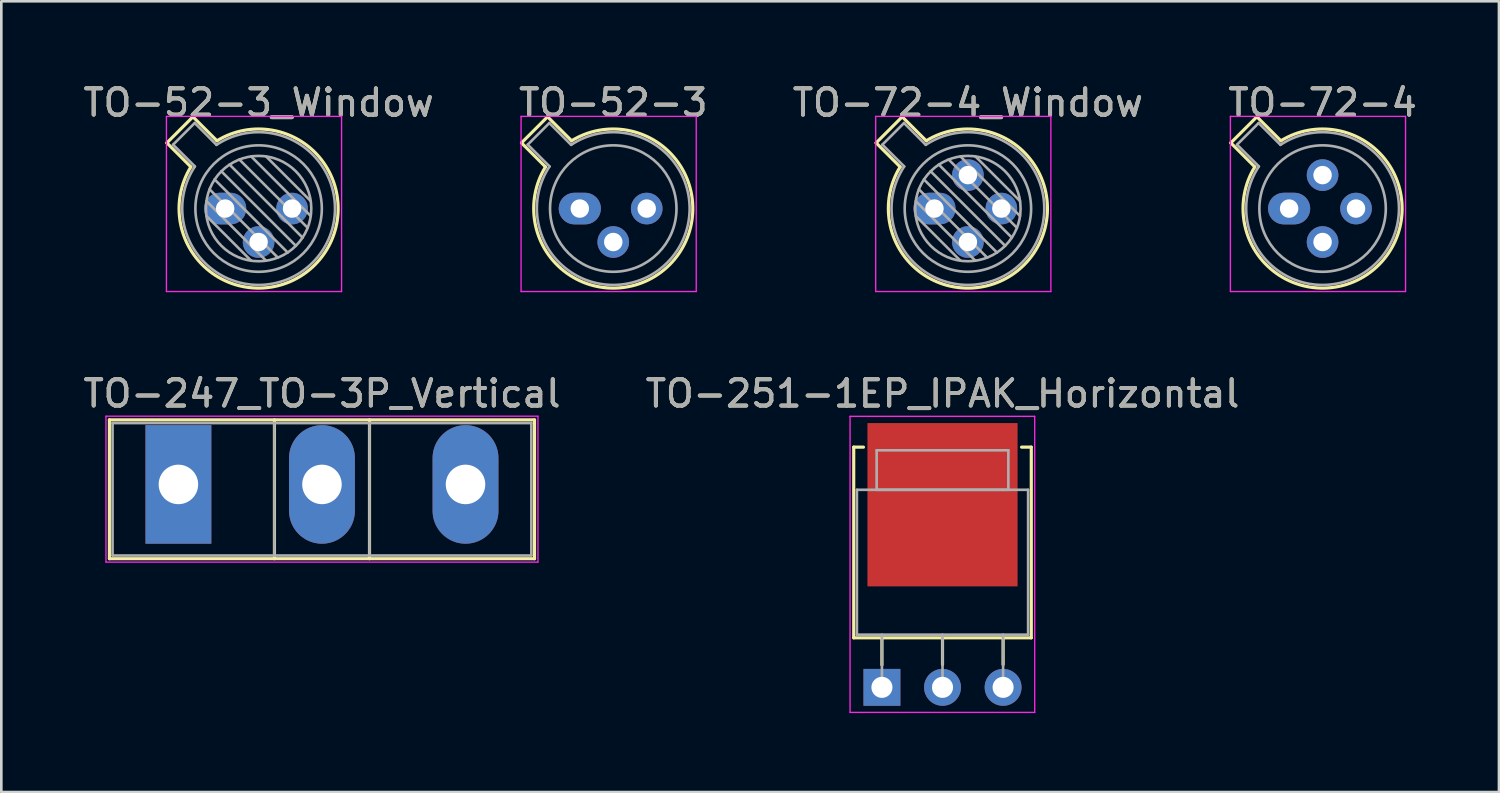
<source format=kicad_pcb>
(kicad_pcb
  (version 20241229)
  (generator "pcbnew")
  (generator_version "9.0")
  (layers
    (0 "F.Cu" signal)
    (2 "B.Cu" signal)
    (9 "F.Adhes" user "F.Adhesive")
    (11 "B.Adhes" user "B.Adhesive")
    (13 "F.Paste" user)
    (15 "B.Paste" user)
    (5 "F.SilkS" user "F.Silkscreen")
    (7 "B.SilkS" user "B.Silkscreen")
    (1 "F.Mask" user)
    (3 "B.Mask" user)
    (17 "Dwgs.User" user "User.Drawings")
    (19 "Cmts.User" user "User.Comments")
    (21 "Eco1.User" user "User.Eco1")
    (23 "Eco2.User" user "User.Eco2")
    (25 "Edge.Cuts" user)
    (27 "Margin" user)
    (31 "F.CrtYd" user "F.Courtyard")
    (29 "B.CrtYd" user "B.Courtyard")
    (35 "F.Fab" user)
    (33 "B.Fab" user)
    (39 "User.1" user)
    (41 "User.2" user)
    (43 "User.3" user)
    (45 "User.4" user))
  (footprint "TO-251-1EP_IPAK_Horizontal"
    (layer "F.Cu")
    (at 30.432 23.045)
    (property "Reference" "TO-251-1EP_IPAK_Horizontal" (at 2.3 -11.153 0) (layer "F.SilkS") (effects (font (size 1 1) (thickness 0.15))))
    (attr through_hole)
    (fp_line (start -1.071 -9.12) (end -1.071 -1.88) (stroke (width 0.12) (type solid)) (layer "F.SilkS"))
    (fp_line (start -1.071 -9.12) (end -0.701 -9.12) (stroke (width 0.12) (type solid)) (layer "F.SilkS"))
    (fp_line (start -1.071 -1.88) (end 5.67 -1.88) (stroke (width 0.12) (type solid)) (layer "F.SilkS"))
    (fp_line (start 0 -1.88) (end 0 -0.85) (stroke (width 0.12) (type solid)) (layer "F.SilkS"))
    (fp_line (start 2.3 -1.88) (end 2.3 -0.866) (stroke (width 0.12) (type solid)) (layer "F.SilkS"))
    (fp_line (start 4.6 -1.88) (end 4.6 -0.866) (stroke (width 0.12) (type solid)) (layer "F.SilkS"))
    (fp_line (start 5.301 -9.12) (end 5.67 -9.12) (stroke (width 0.12) (type solid)) (layer "F.SilkS"))
    (fp_line (start 5.67 -9.12) (end 5.67 -1.88) (stroke (width 0.12) (type solid)) (layer "F.SilkS"))
    (fp_line (start -1.21 -10.29) (end -1.21 0.95) (stroke (width 0.05) (type solid)) (layer "F.CrtYd"))
    (fp_line (start -1.21 0.95) (end 5.8 0.95) (stroke (width 0.05) (type solid)) (layer "F.CrtYd"))
    (fp_line (start 5.8 -10.29) (end -1.21 -10.29) (stroke (width 0.05) (type solid)) (layer "F.CrtYd"))
    (fp_line (start 5.8 0.95) (end 5.8 -10.29) (stroke (width 0.05) (type solid)) (layer "F.CrtYd"))
    (fp_line (start -0.95 -7.5) (end 5.55 -7.5) (stroke (width 0.1) (type solid)) (layer "F.Fab"))
    (fp_line (start -0.95 -2) (end -0.95 -7.5) (stroke (width 0.1) (type solid)) (layer "F.Fab"))
    (fp_line (start -0.2 -9) (end 4.8 -9) (stroke (width 0.1) (type solid)) (layer "F.Fab"))
    (fp_line (start -0.2 -7.5) (end -0.2 -9) (stroke (width 0.1) (type solid)) (layer "F.Fab"))
    (fp_line (start 0 -2) (end 0 0) (stroke (width 0.1) (type solid)) (layer "F.Fab"))
    (fp_line (start 2.3 -2) (end 2.3 0) (stroke (width 0.1) (type solid)) (layer "F.Fab"))
    (fp_line (start 4.6 -2) (end 4.6 0) (stroke (width 0.1) (type solid)) (layer "F.Fab"))
    (fp_line (start 4.8 -9) (end 4.8 -7.5) (stroke (width 0.1) (type solid)) (layer "F.Fab"))
    (fp_line (start 4.8 -7.5) (end -0.2 -7.5) (stroke (width 0.1) (type solid)) (layer "F.Fab"))
    (fp_line (start 5.55 -7.5) (end 5.55 -2) (stroke (width 0.1) (type solid)) (layer "F.Fab"))
    (fp_line (start 5.55 -2) (end -0.95 -2) (stroke (width 0.1) (type solid)) (layer "F.Fab"))
    (fp_text user "${REFERENCE}" (at 2.3 -11.153 0) (layer "F.Fab") (effects (font (size 1 1) (thickness 0.15))))
    (pad "1" thru_hole rect (at 0 0) (size 1.4 1.4) (drill 0.8) (layers "*.Cu" "*.Mask"))
    (pad "2" thru_hole oval (at 2.3 0) (size 1.4 1.4) (drill 0.8) (layers "*.Cu" "*.Mask"))
    (pad "3" thru_hole oval (at 4.6 0) (size 1.4 1.4) (drill 0.8) (layers "*.Cu" "*.Mask"))
    (pad "4" smd rect (at 2.3 -6.933) (size 5.7 6.2) (layers "F.Cu" "F.Mask")))
  (footprint "TO-72-4"
    (layer "F.Cu")
    (at 45.891 4.868)
    (property "Reference" "TO-72-4" (at 1.27 -4.02 0) (layer "F.SilkS") (effects (font (size 1 1) (thickness 0.15))))
    (attr through_hole)
    (fp_line (start -2.214 -2.494) (end -1.302 -1.582) (stroke (width 0.12) (type solid)) (layer "F.SilkS"))
    (fp_line (start -1.224 -3.484) (end -2.214 -2.494) (stroke (width 0.12) (type solid)) (layer "F.SilkS"))
    (fp_line (start -0.312 -2.572) (end -1.224 -3.484) (stroke (width 0.12) (type solid)) (layer "F.SilkS"))
    (fp_arc (start -0.312331 -2.572281) (mid 3.405374 2.135551) (end -1.30215 -1.582544) (stroke (width 0.12) (type solid)) (layer "F.SilkS"))
    (fp_line (start -2.23 -3.5) (end -2.23 3.15) (stroke (width 0.05) (type solid)) (layer "F.CrtYd"))
    (fp_line (start -2.23 3.15) (end 4.42 3.15) (stroke (width 0.05) (type solid)) (layer "F.CrtYd"))
    (fp_line (start 4.42 -3.5) (end -2.23 -3.5) (stroke (width 0.05) (type solid)) (layer "F.CrtYd"))
    (fp_line (start 4.42 3.15) (end 4.42 -3.5) (stroke (width 0.05) (type solid)) (layer "F.CrtYd"))
    (fp_line (start -1.977 -2.426) (end -1.149 -1.599) (stroke (width 0.1) (type solid)) (layer "F.Fab"))
    (fp_line (start -1.156 -3.247) (end -1.977 -2.426) (stroke (width 0.1) (type solid)) (layer "F.Fab"))
    (fp_line (start -0.329 -2.419) (end -1.156 -3.247) (stroke (width 0.1) (type solid)) (layer "F.Fab"))
    (fp_arc (start -0.329057 -2.419301) (mid 3.321076 2.050143) (end -1.150029 -1.597956) (stroke (width 0.1) (type solid)) (layer "F.Fab"))
    (fp_circle (center 1.27 0) (end 3.67 0) (stroke (width 0.1) (type solid)) (fill no) (layer "F.Fab"))
    (fp_text user "${REFERENCE}" (at 1.27 -4.02 0) (layer "F.Fab") (effects (font (size 1 1) (thickness 0.15))))
    (pad "1" thru_hole oval (at 0 0) (size 1.6 1.2) (drill 0.7) (layers "*.Cu" "*.Mask"))
    (pad "2" thru_hole oval (at 1.27 1.27) (size 1.2 1.2) (drill 0.7) (layers "*.Cu" "*.Mask"))
    (pad "3" thru_hole oval (at 2.54 0) (size 1.2 1.2) (drill 0.7) (layers "*.Cu" "*.Mask"))
    (pad "4" thru_hole oval (at 1.27 -1.27) (size 1.2 1.2) (drill 0.7) (layers "*.Cu" "*.Mask")))
  (footprint "TO-52-3_Window"
    (layer "F.Cu")
    (at 5.498 4.868)
    (property "Reference" "TO-52-3_Window" (at 1.27 -4.02 0) (layer "F.SilkS") (effects (font (size 1 1) (thickness 0.15))))
    (attr through_hole)
    (fp_line (start -2.214 -2.494) (end -1.302 -1.582) (stroke (width 0.12) (type solid)) (layer "F.SilkS"))
    (fp_line (start -1.224 -3.484) (end -2.214 -2.494) (stroke (width 0.12) (type solid)) (layer "F.SilkS"))
    (fp_line (start -0.312 -2.572) (end -1.224 -3.484) (stroke (width 0.12) (type solid)) (layer "F.SilkS"))
    (fp_arc (start -0.312331 -2.572281) (mid 3.405374 2.135551) (end -1.30215 -1.582544) (stroke (width 0.12) (type solid)) (layer "F.SilkS"))
    (fp_line (start -2.23 -3.5) (end -2.23 3.15) (stroke (width 0.05) (type solid)) (layer "F.CrtYd"))
    (fp_line (start -2.23 3.15) (end 4.42 3.15) (stroke (width 0.05) (type solid)) (layer "F.CrtYd"))
    (fp_line (start 4.42 -3.5) (end -2.23 -3.5) (stroke (width 0.05) (type solid)) (layer "F.CrtYd"))
    (fp_line (start 4.42 3.15) (end 4.42 -3.5) (stroke (width 0.05) (type solid)) (layer "F.CrtYd"))
    (fp_line (start -1.977 -2.426) (end -1.149 -1.599) (stroke (width 0.1) (type solid)) (layer "F.Fab"))
    (fp_line (start -1.156 -3.247) (end -1.977 -2.426) (stroke (width 0.1) (type solid)) (layer "F.Fab"))
    (fp_line (start -0.71 -0.283) (end 1.553 1.98) (stroke (width 0.1) (type solid)) (layer "F.Fab"))
    (fp_line (start -0.71 0.283) (end 0.987 1.98) (stroke (width 0.1) (type solid)) (layer "F.Fab"))
    (fp_line (start -0.592 -0.731) (end 2.001 1.862) (stroke (width 0.1) (type solid)) (layer "F.Fab"))
    (fp_line (start -0.399 -1.103) (end 2.373 1.669) (stroke (width 0.1) (type solid)) (layer "F.Fab"))
    (fp_line (start -0.329 -2.419) (end -1.156 -3.247) (stroke (width 0.1) (type solid)) (layer "F.Fab"))
    (fp_line (start -0.145 -1.415) (end 2.685 1.415) (stroke (width 0.1) (type solid)) (layer "F.Fab"))
    (fp_line (start 0.167 -1.669) (end 2.939 1.103) (stroke (width 0.1) (type solid)) (layer "F.Fab"))
    (fp_line (start 0.539 -1.862) (end 3.132 0.731) (stroke (width 0.1) (type solid)) (layer "F.Fab"))
    (fp_line (start 0.987 -1.98) (end 3.25 0.283) (stroke (width 0.1) (type solid)) (layer "F.Fab"))
    (fp_line (start 1.553 -1.98) (end 3.25 -0.283) (stroke (width 0.1) (type solid)) (layer "F.Fab"))
    (fp_arc (start -0.329057 -2.419301) (mid 3.321076 2.050143) (end -1.150029 -1.597956) (stroke (width 0.1) (type solid)) (layer "F.Fab"))
    (fp_circle (center 1.27 0) (end 3.27 0) (stroke (width 0.1) (type solid)) (fill no) (layer "F.Fab"))
    (fp_circle (center 1.27 0) (end 3.67 0) (stroke (width 0.1) (type solid)) (fill no) (layer "F.Fab"))
    (fp_text user "${REFERENCE}" (at 1.27 -4.02 0) (layer "F.Fab") (effects (font (size 1 1) (thickness 0.15))))
    (pad "1" thru_hole oval (at 0 0) (size 1.6 1.2) (drill 0.7) (layers "*.Cu" "*.Mask"))
    (pad "2" thru_hole oval (at 1.27 1.27) (size 1.2 1.2) (drill 0.7) (layers "*.Cu" "*.Mask"))
    (pad "3" thru_hole oval (at 2.54 0) (size 1.2 1.2) (drill 0.7) (layers "*.Cu" "*.Mask")))
  (footprint "TO-52-3"
    (layer "F.Cu")
    (at 18.962 4.868)
    (property "Reference" "TO-52-3" (at 1.27 -4.02 0) (layer "F.SilkS") (effects (font (size 1 1) (thickness 0.15))))
    (attr through_hole)
    (fp_line (start -2.214 -2.494) (end -1.302 -1.582) (stroke (width 0.12) (type solid)) (layer "F.SilkS"))
    (fp_line (start -1.224 -3.484) (end -2.214 -2.494) (stroke (width 0.12) (type solid)) (layer "F.SilkS"))
    (fp_line (start -0.312 -2.572) (end -1.224 -3.484) (stroke (width 0.12) (type solid)) (layer "F.SilkS"))
    (fp_arc (start -0.312331 -2.572281) (mid 3.405374 2.135551) (end -1.30215 -1.582544) (stroke (width 0.12) (type solid)) (layer "F.SilkS"))
    (fp_line (start -2.23 -3.5) (end -2.23 3.15) (stroke (width 0.05) (type solid)) (layer "F.CrtYd"))
    (fp_line (start -2.23 3.15) (end 4.42 3.15) (stroke (width 0.05) (type solid)) (layer "F.CrtYd"))
    (fp_line (start 4.42 -3.5) (end -2.23 -3.5) (stroke (width 0.05) (type solid)) (layer "F.CrtYd"))
    (fp_line (start 4.42 3.15) (end 4.42 -3.5) (stroke (width 0.05) (type solid)) (layer "F.CrtYd"))
    (fp_line (start -1.977 -2.426) (end -1.149 -1.599) (stroke (width 0.1) (type solid)) (layer "F.Fab"))
    (fp_line (start -1.156 -3.247) (end -1.977 -2.426) (stroke (width 0.1) (type solid)) (layer "F.Fab"))
    (fp_line (start -0.329 -2.419) (end -1.156 -3.247) (stroke (width 0.1) (type solid)) (layer "F.Fab"))
    (fp_arc (start -0.329057 -2.419301) (mid 3.321076 2.050143) (end -1.150029 -1.597956) (stroke (width 0.1) (type solid)) (layer "F.Fab"))
    (fp_circle (center 1.27 0) (end 3.67 0) (stroke (width 0.1) (type solid)) (fill no) (layer "F.Fab"))
    (fp_text user "${REFERENCE}" (at 1.27 -4.02 0) (layer "F.Fab") (effects (font (size 1 1) (thickness 0.15))))
    (pad "1" thru_hole oval (at 0 0) (size 1.6 1.2) (drill 0.7) (layers "*.Cu" "*.Mask"))
    (pad "2" thru_hole oval (at 1.27 1.27) (size 1.2 1.2) (drill 0.7) (layers "*.Cu" "*.Mask"))
    (pad "3" thru_hole oval (at 2.54 0) (size 1.2 1.2) (drill 0.7) (layers "*.Cu" "*.Mask")))
  (footprint "TO-72-4_Window"
    (layer "F.Cu")
    (at 32.426 4.868)
    (property "Reference" "TO-72-4_Window" (at 1.27 -4.02 0) (layer "F.SilkS") (effects (font (size 1 1) (thickness 0.15))))
    (attr through_hole)
    (fp_line (start -2.214 -2.494) (end -1.302 -1.582) (stroke (width 0.12) (type solid)) (layer "F.SilkS"))
    (fp_line (start -1.224 -3.484) (end -2.214 -2.494) (stroke (width 0.12) (type solid)) (layer "F.SilkS"))
    (fp_line (start -0.312 -2.572) (end -1.224 -3.484) (stroke (width 0.12) (type solid)) (layer "F.SilkS"))
    (fp_arc (start -0.312331 -2.572281) (mid 3.405374 2.135551) (end -1.30215 -1.582544) (stroke (width 0.12) (type solid)) (layer "F.SilkS"))
    (fp_line (start -2.23 -3.5) (end -2.23 3.15) (stroke (width 0.05) (type solid)) (layer "F.CrtYd"))
    (fp_line (start -2.23 3.15) (end 4.42 3.15) (stroke (width 0.05) (type solid)) (layer "F.CrtYd"))
    (fp_line (start 4.42 -3.5) (end -2.23 -3.5) (stroke (width 0.05) (type solid)) (layer "F.CrtYd"))
    (fp_line (start 4.42 3.15) (end 4.42 -3.5) (stroke (width 0.05) (type solid)) (layer "F.CrtYd"))
    (fp_line (start -1.977 -2.426) (end -1.149 -1.599) (stroke (width 0.1) (type solid)) (layer "F.Fab"))
    (fp_line (start -1.156 -3.247) (end -1.977 -2.426) (stroke (width 0.1) (type solid)) (layer "F.Fab"))
    (fp_line (start -0.71 -0.283) (end 1.553 1.98) (stroke (width 0.1) (type solid)) (layer "F.Fab"))
    (fp_line (start -0.71 0.283) (end 0.987 1.98) (stroke (width 0.1) (type solid)) (layer "F.Fab"))
    (fp_line (start -0.592 -0.731) (end 2.001 1.862) (stroke (width 0.1) (type solid)) (layer "F.Fab"))
    (fp_line (start -0.399 -1.103) (end 2.373 1.669) (stroke (width 0.1) (type solid)) (layer "F.Fab"))
    (fp_line (start -0.329 -2.419) (end -1.156 -3.247) (stroke (width 0.1) (type solid)) (layer "F.Fab"))
    (fp_line (start -0.145 -1.415) (end 2.685 1.415) (stroke (width 0.1) (type solid)) (layer "F.Fab"))
    (fp_line (start 0.167 -1.669) (end 2.939 1.103) (stroke (width 0.1) (type solid)) (layer "F.Fab"))
    (fp_line (start 0.539 -1.862) (end 3.132 0.731) (stroke (width 0.1) (type solid)) (layer "F.Fab"))
    (fp_line (start 0.987 -1.98) (end 3.25 0.283) (stroke (width 0.1) (type solid)) (layer "F.Fab"))
    (fp_line (start 1.553 -1.98) (end 3.25 -0.283) (stroke (width 0.1) (type solid)) (layer "F.Fab"))
    (fp_arc (start -0.329057 -2.419301) (mid 3.321076 2.050143) (end -1.150029 -1.597956) (stroke (width 0.1) (type solid)) (layer "F.Fab"))
    (fp_circle (center 1.27 0) (end 3.27 0) (stroke (width 0.1) (type solid)) (fill no) (layer "F.Fab"))
    (fp_circle (center 1.27 0) (end 3.67 0) (stroke (width 0.1) (type solid)) (fill no) (layer "F.Fab"))
    (fp_text user "${REFERENCE}" (at 1.27 -4.02 0) (layer "F.Fab") (effects (font (size 1 1) (thickness 0.15))))
    (pad "1" thru_hole oval (at 0 0) (size 1.6 1.2) (drill 0.7) (layers "*.Cu" "*.Mask"))
    (pad "2" thru_hole oval (at 1.27 1.27) (size 1.2 1.2) (drill 0.7) (layers "*.Cu" "*.Mask"))
    (pad "3" thru_hole oval (at 2.54 0) (size 1.2 1.2) (drill 0.7) (layers "*.Cu" "*.Mask"))
    (pad "4" thru_hole oval (at 1.27 -1.27) (size 1.2 1.2) (drill 0.7) (layers "*.Cu" "*.Mask")))
  (footprint "TO-247_TO-3P_Vertical"
    (layer "F.Cu")
    (at 3.723 15.341)
    (property "Reference" "TO-247_TO-3P_Vertical" (at 5.45 -3.45 0) (layer "F.SilkS") (effects (font (size 1 1) (thickness 0.15))))
    (attr through_hole)
    (fp_line (start -2.62 -2.451) (end -2.62 2.82) (stroke (width 0.12) (type solid)) (layer "F.SilkS"))
    (fp_line (start -2.62 -2.451) (end 13.52 -2.451) (stroke (width 0.12) (type solid)) (layer "F.SilkS"))
    (fp_line (start -2.62 2.82) (end 13.52 2.82) (stroke (width 0.12) (type solid)) (layer "F.SilkS"))
    (fp_line (start 3.646 -2.451) (end 3.646 2.82) (stroke (width 0.12) (type solid)) (layer "F.SilkS"))
    (fp_line (start 7.255 -2.451) (end 7.255 2.82) (stroke (width 0.12) (type solid)) (layer "F.SilkS"))
    (fp_line (start 13.52 -2.451) (end 13.52 2.82) (stroke (width 0.12) (type solid)) (layer "F.SilkS"))
    (fp_line (start -2.75 -2.59) (end -2.75 2.95) (stroke (width 0.05) (type solid)) (layer "F.CrtYd"))
    (fp_line (start -2.75 2.95) (end 13.65 2.95) (stroke (width 0.05) (type solid)) (layer "F.CrtYd"))
    (fp_line (start 13.65 -2.59) (end -2.75 -2.59) (stroke (width 0.05) (type solid)) (layer "F.CrtYd"))
    (fp_line (start 13.65 2.95) (end 13.65 -2.59) (stroke (width 0.05) (type solid)) (layer "F.CrtYd"))
    (fp_line (start -2.5 -2.33) (end -2.5 2.7) (stroke (width 0.1) (type solid)) (layer "F.Fab"))
    (fp_line (start -2.5 2.7) (end 13.4 2.7) (stroke (width 0.1) (type solid)) (layer "F.Fab"))
    (fp_line (start 3.645 -2.33) (end 3.645 2.7) (stroke (width 0.1) (type solid)) (layer "F.Fab"))
    (fp_line (start 7.255 -2.33) (end 7.255 2.7) (stroke (width 0.1) (type solid)) (layer "F.Fab"))
    (fp_line (start 13.4 -2.33) (end -2.5 -2.33) (stroke (width 0.1) (type solid)) (layer "F.Fab"))
    (fp_line (start 13.4 2.7) (end 13.4 -2.33) (stroke (width 0.1) (type solid)) (layer "F.Fab"))
    (fp_text user "${REFERENCE}" (at 5.45 -3.45 0) (layer "F.Fab") (effects (font (size 1 1) (thickness 0.15))))
    (pad "1" thru_hole rect (at 0 0) (size 2.5 4.5) (drill 1.5) (layers "*.Cu" "*.Mask"))
    (pad "2" thru_hole oval (at 5.45 0) (size 2.5 4.5) (drill 1.5) (layers "*.Cu" "*.Mask"))
    (pad "3" thru_hole oval (at 10.9 0) (size 2.5 4.5) (drill 1.5) (layers "*.Cu" "*.Mask")))
  (gr_rect
    (start -3 -3)
    (end 53.857 27.02)
    (stroke (width 0.1) (type default))
    (fill no)
    (layer "Edge.Cuts")))
</source>
